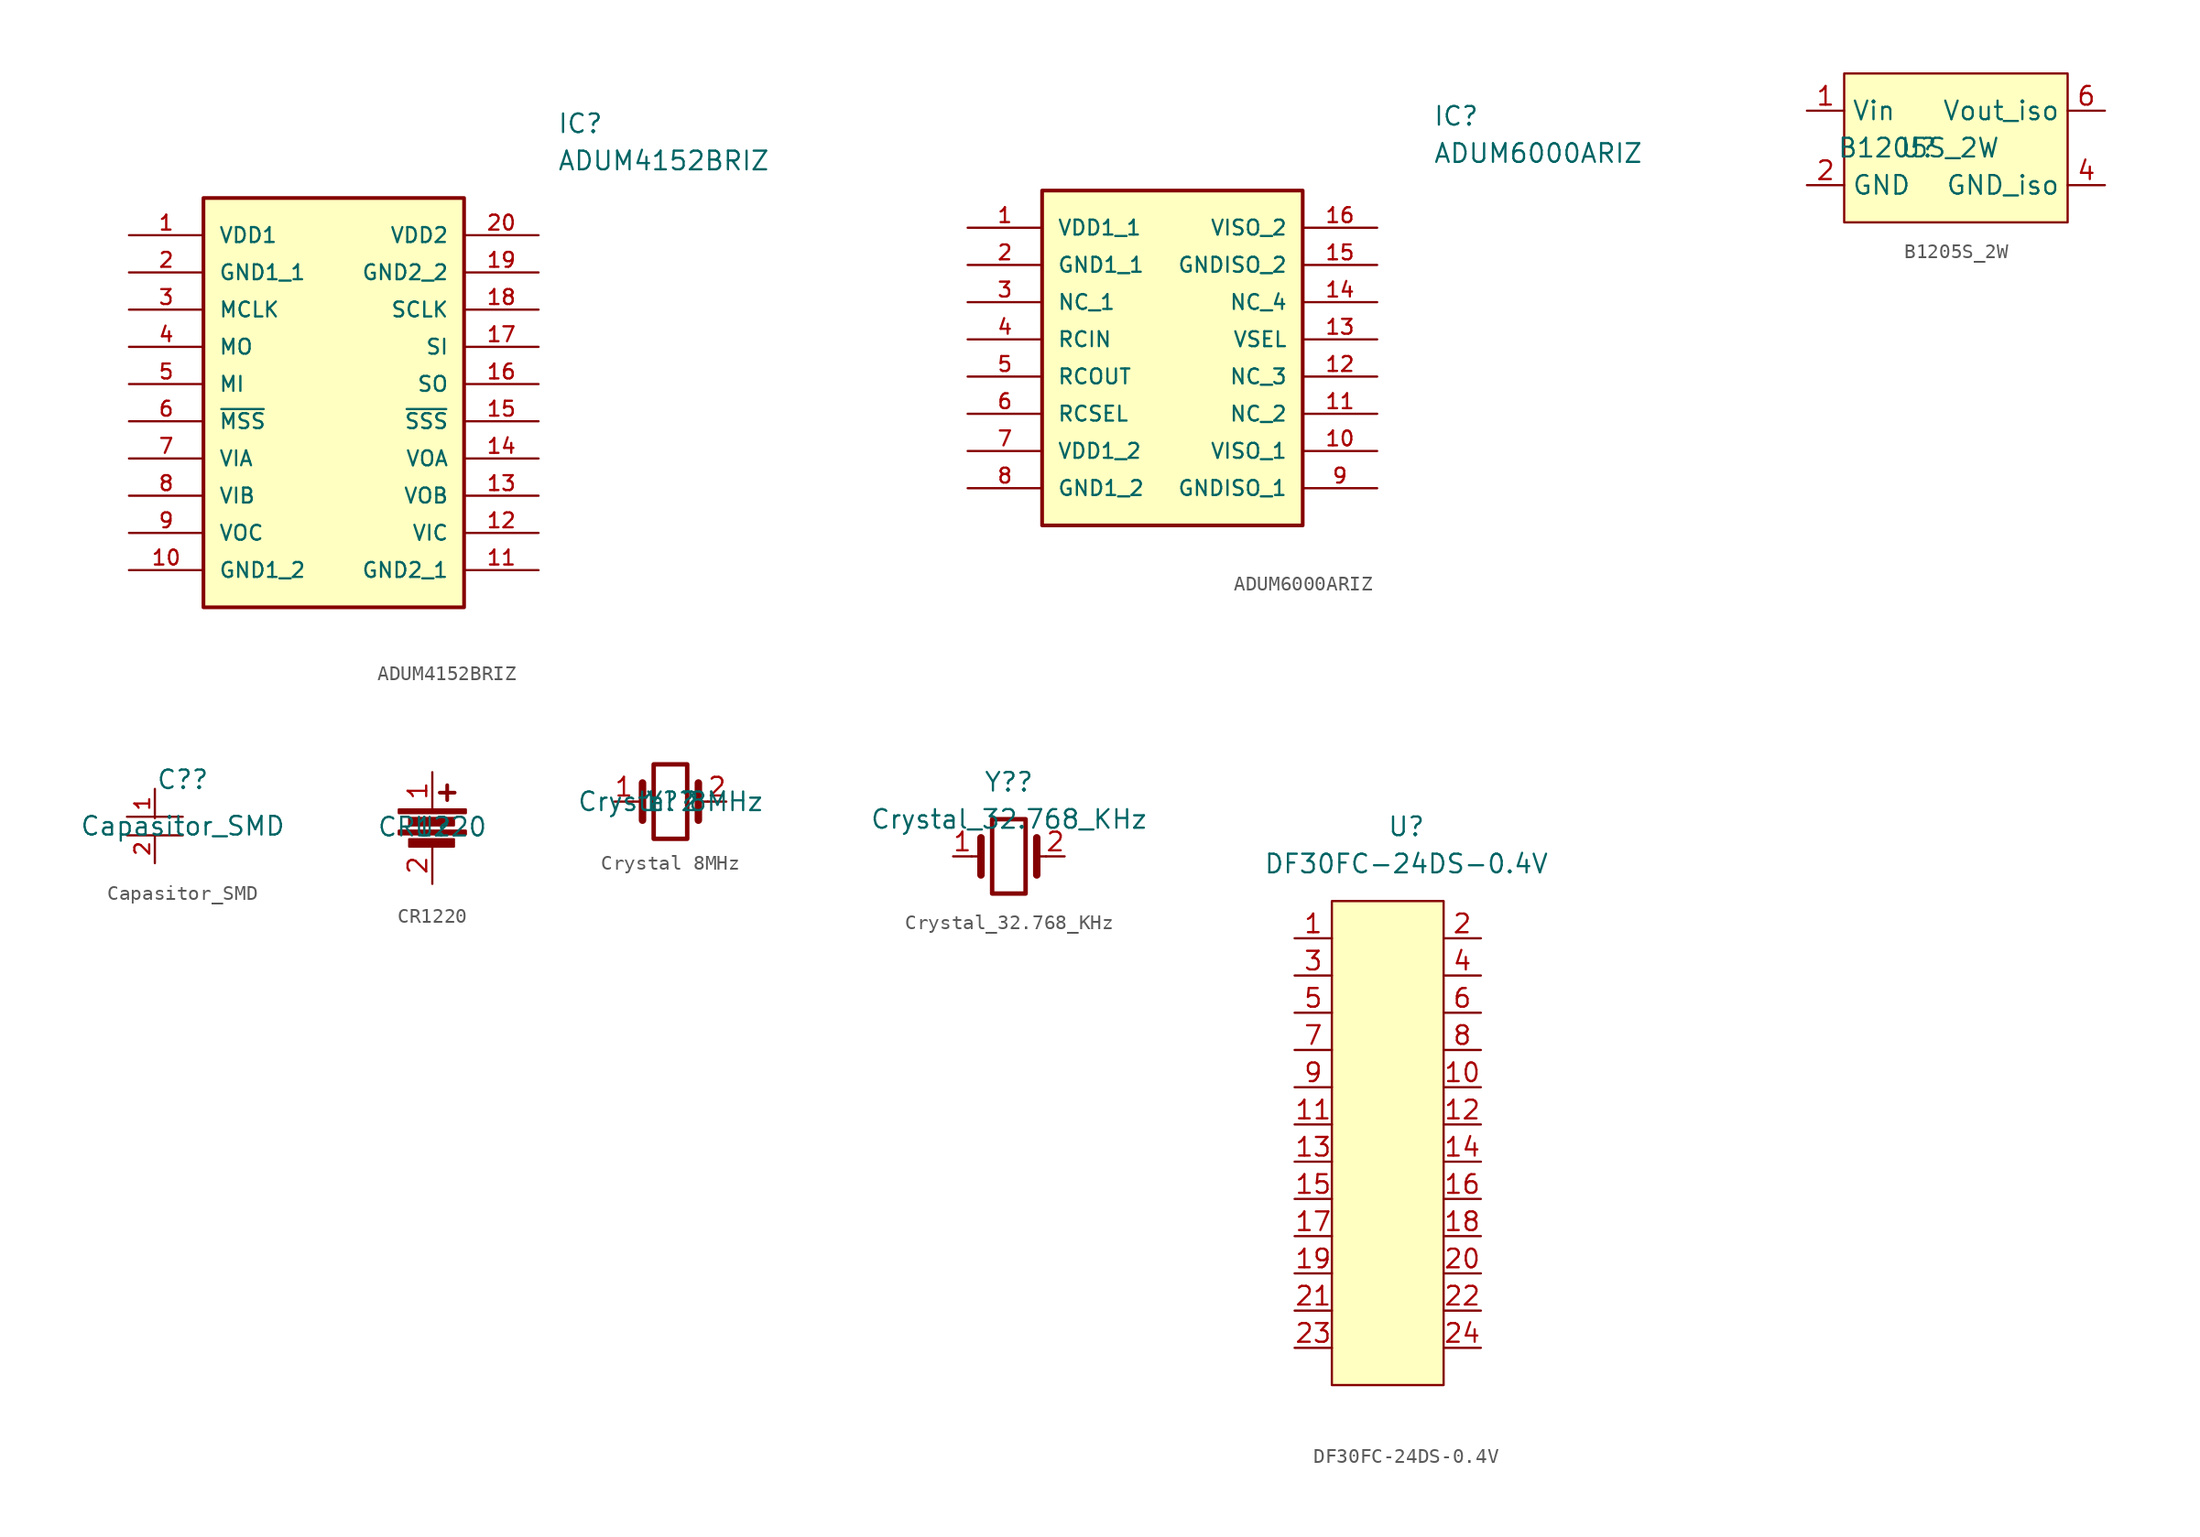
<source format=kicad_sym>
(kicad_symbol_lib
  (version 20211014)
  (generator kicad_symbol_editor)
  (symbol "ADUM4152BRIZ"
    (pin_names
      (offset 1.016))
    (property "Reference" "IC"
      (at 29.21 7.62 0)
      (effects (font (size 1.27 1.27)) (justify left)))
    (property "Value" "ADUM4152BRIZ"
      (at 29.21 5.08 0)
      (effects (font (size 1.27 1.27)) (justify left)))
    (symbol "ADUM4152BRIZ_0_0"
      (rectangle (start 5.08 2.54) (end 22.86 -25.4) (stroke (width 0.254) (type default) (color 0 0 0 0)) (fill (type background)))
      (pin bidirectional line (at 0 0 0) (length 5.08) (name "VDD1" (effects (font (size 1.016 1.016)))) (number "1" (effects (font (size 1.016 1.016)))))
      (pin bidirectional line (at 0 -22.86 0) (length 5.08) (name "GND1_2" (effects (font (size 1.016 1.016)))) (number "10" (effects (font (size 1.016 1.016)))))
      (pin bidirectional line (at 27.94 -22.86 180) (length 5.08) (name "GND2_1" (effects (font (size 1.016 1.016)))) (number "11" (effects (font (size 1.016 1.016)))))
      (pin bidirectional line (at 27.94 -20.32 180) (length 5.08) (name "VIC" (effects (font (size 1.016 1.016)))) (number "12" (effects (font (size 1.016 1.016)))))
      (pin bidirectional line (at 27.94 -17.78 180) (length 5.08) (name "VOB" (effects (font (size 1.016 1.016)))) (number "13" (effects (font (size 1.016 1.016)))))
      (pin bidirectional line (at 27.94 -15.24 180) (length 5.08) (name "VOA" (effects (font (size 1.016 1.016)))) (number "14" (effects (font (size 1.016 1.016)))))
      (pin bidirectional line (at 27.94 -12.7 180) (length 5.08) (name "~{SSS}" (effects (font (size 1.016 1.016)))) (number "15" (effects (font (size 1.016 1.016)))))
      (pin bidirectional line (at 27.94 -10.16 180) (length 5.08) (name "SO" (effects (font (size 1.016 1.016)))) (number "16" (effects (font (size 1.016 1.016)))))
      (pin bidirectional line (at 27.94 -7.62 180) (length 5.08) (name "SI" (effects (font (size 1.016 1.016)))) (number "17" (effects (font (size 1.016 1.016)))))
      (pin bidirectional line (at 27.94 -5.08 180) (length 5.08) (name "SCLK" (effects (font (size 1.016 1.016)))) (number "18" (effects (font (size 1.016 1.016)))))
      (pin bidirectional line (at 27.94 -2.54 180) (length 5.08) (name "GND2_2" (effects (font (size 1.016 1.016)))) (number "19" (effects (font (size 1.016 1.016)))))
      (pin bidirectional line (at 0 -2.54 0) (length 5.08) (name "GND1_1" (effects (font (size 1.016 1.016)))) (number "2" (effects (font (size 1.016 1.016)))))
      (pin bidirectional line (at 27.94 0 180) (length 5.08) (name "VDD2" (effects (font (size 1.016 1.016)))) (number "20" (effects (font (size 1.016 1.016)))))
      (pin bidirectional line (at 0 -5.08 0) (length 5.08) (name "MCLK" (effects (font (size 1.016 1.016)))) (number "3" (effects (font (size 1.016 1.016)))))
      (pin bidirectional line (at 0 -7.62 0) (length 5.08) (name "MO" (effects (font (size 1.016 1.016)))) (number "4" (effects (font (size 1.016 1.016)))))
      (pin bidirectional line (at 0 -10.16 0) (length 5.08) (name "MI" (effects (font (size 1.016 1.016)))) (number "5" (effects (font (size 1.016 1.016)))))
      (pin bidirectional line (at 0 -12.7 0) (length 5.08) (name "~{MSS}" (effects (font (size 1.016 1.016)))) (number "6" (effects (font (size 1.016 1.016)))))
      (pin bidirectional line (at 0 -15.24 0) (length 5.08) (name "VIA" (effects (font (size 1.016 1.016)))) (number "7" (effects (font (size 1.016 1.016)))))
      (pin bidirectional line (at 0 -17.78 0) (length 5.08) (name "VIB" (effects (font (size 1.016 1.016)))) (number "8" (effects (font (size 1.016 1.016)))))
      (pin bidirectional line (at 0 -20.32 0) (length 5.08) (name "VOC" (effects (font (size 1.016 1.016)))) (number "9" (effects (font (size 1.016 1.016)))))))
  (symbol "ADUM6000ARIZ"
    (pin_names
      (offset 1.016))
    (property "Reference" "IC"
      (at 31.75 7.62 0)
      (effects (font (size 1.27 1.27)) (justify left)))
    (property "Value" "ADUM6000ARIZ"
      (at 31.75 5.08 0)
      (effects (font (size 1.27 1.27)) (justify left)))
    (symbol "ADUM6000ARIZ_0_0"
      (rectangle (start 5.08 2.54) (end 22.86 -20.32) (stroke (width 0.254) (type default) (color 0 0 0 0)) (fill (type background)))
      (pin bidirectional line (at 0 0 0) (length 5.08) (name "VDD1_1" (effects (font (size 1.016 1.016)))) (number "1" (effects (font (size 1.016 1.016)))))
      (pin bidirectional line (at 27.94 -15.24 180) (length 5.08) (name "VISO_1" (effects (font (size 1.016 1.016)))) (number "10" (effects (font (size 1.016 1.016)))))
      (pin bidirectional line (at 27.94 -12.7 180) (length 5.08) (name "NC_2" (effects (font (size 1.016 1.016)))) (number "11" (effects (font (size 1.016 1.016)))))
      (pin bidirectional line (at 27.94 -10.16 180) (length 5.08) (name "NC_3" (effects (font (size 1.016 1.016)))) (number "12" (effects (font (size 1.016 1.016)))))
      (pin bidirectional line (at 27.94 -7.62 180) (length 5.08) (name "VSEL" (effects (font (size 1.016 1.016)))) (number "13" (effects (font (size 1.016 1.016)))))
      (pin bidirectional line (at 27.94 -5.08 180) (length 5.08) (name "NC_4" (effects (font (size 1.016 1.016)))) (number "14" (effects (font (size 1.016 1.016)))))
      (pin bidirectional line (at 27.94 -2.54 180) (length 5.08) (name "GNDISO_2" (effects (font (size 1.016 1.016)))) (number "15" (effects (font (size 1.016 1.016)))))
      (pin bidirectional line (at 27.94 0 180) (length 5.08) (name "VISO_2" (effects (font (size 1.016 1.016)))) (number "16" (effects (font (size 1.016 1.016)))))
      (pin bidirectional line (at 0 -2.54 0) (length 5.08) (name "GND1_1" (effects (font (size 1.016 1.016)))) (number "2" (effects (font (size 1.016 1.016)))))
      (pin bidirectional line (at 0 -5.08 0) (length 5.08) (name "NC_1" (effects (font (size 1.016 1.016)))) (number "3" (effects (font (size 1.016 1.016)))))
      (pin bidirectional line (at 0 -7.62 0) (length 5.08) (name "RCIN" (effects (font (size 1.016 1.016)))) (number "4" (effects (font (size 1.016 1.016)))))
      (pin bidirectional line (at 0 -10.16 0) (length 5.08) (name "RCOUT" (effects (font (size 1.016 1.016)))) (number "5" (effects (font (size 1.016 1.016)))))
      (pin bidirectional line (at 0 -12.7 0) (length 5.08) (name "RCSEL" (effects (font (size 1.016 1.016)))) (number "6" (effects (font (size 1.016 1.016)))))
      (pin bidirectional line (at 0 -15.24 0) (length 5.08) (name "VDD1_2" (effects (font (size 1.016 1.016)))) (number "7" (effects (font (size 1.016 1.016)))))
      (pin bidirectional line (at 0 -17.78 0) (length 5.08) (name "GND1_2" (effects (font (size 1.016 1.016)))) (number "8" (effects (font (size 1.016 1.016)))))
      (pin bidirectional line (at 27.94 -17.78 180) (length 5.08) (name "GNDISO_1" (effects (font (size 1.016 1.016)))) (number "9" (effects (font (size 1.016 1.016)))))))
  (symbol "B1205S_2W"
    (property "Reference" "U"
      (at 0 0 0)
      (effects (font (size 1.27 1.27))))
    (property "Value" "B1205S_2W"
      (at 0 0 0)
      (effects (font (size 1.27 1.27))))
    (symbol "B1205S_2W_0_1"
      (rectangle (start -5.08 5.08) (end 10.16 -5.08) (stroke (width 0) (type default) (color 0 0 0 0)) (fill (type background))))
    (symbol "B1205S_2W_1_1"
      (pin input line (at -7.62 2.54 0) (length 2.54) (name "Vin" (effects (font (size 1.27 1.27)))) (number "1" (effects (font (size 1.27 1.27)))))
      (pin input line (at -7.62 -2.54 0) (length 2.54) (name "GND" (effects (font (size 1.27 1.27)))) (number "2" (effects (font (size 1.27 1.27)))))
      (pin input line (at 12.7 -2.54 180) (length 2.54) (name "GND_iso" (effects (font (size 1.27 1.27)))) (number "4" (effects (font (size 1.27 1.27)))))
      (pin input line (at 12.7 2.54 180) (length 2.54) (name "Vout_iso" (effects (font (size 1.27 1.27)))) (number "6" (effects (font (size 1.27 1.27)))))))
  (symbol "Capasitor_SMD"
    (property "Reference" "C?"
      (at 1.905 3.81 0)
      (effects (font (size 1.27 1.27))))
    (property "Value" "Capasitor_SMD"
      (at 1.905 0.635 0)
      (effects (font (size 1.27 1.27))))
    (symbol "Capasitor_SMD_0_1"
      (polyline (pts (xy -1.905 0) (xy 1.905 0)) (stroke (width 0) (type default) (color 0 0 0 0)) (fill (type none)))
      (polyline (pts (xy -1.905 1.27) (xy 1.905 1.27)) (stroke (width 0) (type default) (color 0 0 0 0)) (fill (type none))))
    (symbol "Capasitor_SMD_1_1"
      (pin passive line (at 0 3.175 270) (length 2) (name "~" (effects (font (size 1.016 1.016)))) (number "1" (effects (font (size 1.016 1.016)))))
      (pin passive line (at 0 -1.905 90) (length 2) (name "~" (effects (font (size 1.016 1.016)))) (number "2" (effects (font (size 1.016 1.016)))))))
  (symbol "CR1220"
    (property "Reference" "U"
      (at 0 0 0)
      (effects (font (size 1.27 1.27))))
    (property "Value" "CR1220"
      (at 0 0 0)
      (effects (font (size 1.27 1.27))))
    (symbol "CR1220_1_1"
      (rectangle (start -2.286 -0.254) (end 2.286 -0.508) (stroke (width 0) (type default) (color 0 0 0 0)) (fill (type outline)))
      (rectangle (start -2.286 1.194) (end 2.286 0.94) (stroke (width 0) (type default) (color 0 0 0 0)) (fill (type outline)))
      (rectangle (start -1.575 -0.838) (end 1.473 -1.346) (stroke (width 0) (type default) (color 0 0 0 0)) (fill (type outline)))
      (rectangle (start -1.575 0.61) (end 1.473 0.102) (stroke (width 0) (type default) (color 0 0 0 0)) (fill (type outline)))
      (polyline (pts (xy 0.508 2.337) (xy 1.524 2.337)) (stroke (width 0.254) (type default) (color 0 0 0 0)) (fill (type none)))
      (polyline (pts (xy 1.016 2.845) (xy 1.016 1.829)) (stroke (width 0.254) (type default) (color 0 0 0 0)) (fill (type none)))
      (pin passive line (at 0 3.734 270) (length 2.54) (name "~" (effects (font (size 1.27 1.27)))) (number "1" (effects (font (size 1.27 1.27)))))
      (pin passive line (at 0 -3.886 90) (length 2.54) (name "~" (effects (font (size 1.27 1.27)))) (number "2" (effects (font (size 1.27 1.27)))))))
  (symbol "Crystal 8MHz"
    (property "Reference" "Y?"
      (at 0 0 0)
      (effects (font (size 1.27 1.27))))
    (property "Value" "Crystal 8MHz"
      (at 0 0 0)
      (effects (font (size 1.27 1.27))))
    (symbol "Crystal 8MHz_0_1"
      (rectangle (start -1.143 2.54) (end 1.143 -2.54) (stroke (width 0.305) (type default) (color 0 0 0 0)) (fill (type none)))
      (polyline (pts (xy -2.54 0) (xy -1.905 0)) (stroke (width 0) (type default) (color 0 0 0 0)) (fill (type none)))
      (polyline (pts (xy -1.905 -1.27) (xy -1.905 1.27)) (stroke (width 0.508) (type default) (color 0 0 0 0)) (fill (type none)))
      (polyline (pts (xy 1.905 -1.27) (xy 1.905 1.27)) (stroke (width 0.508) (type default) (color 0 0 0 0)) (fill (type none)))
      (polyline (pts (xy 2.54 0) (xy 1.905 0)) (stroke (width 0) (type default) (color 0 0 0 0)) (fill (type none))))
    (symbol "Crystal 8MHz_1_1"
      (pin passive line (at -3.81 0 0) (length 1.27) (name "1" (effects (font (size 1.27 1.27)))) (number "1" (effects (font (size 1.27 1.27)))))
      (pin passive line (at 3.81 0 180) (length 1.27) (name "2" (effects (font (size 1.27 1.27)))) (number "2" (effects (font (size 1.27 1.27)))))))
  (symbol "Crystal_32.768_KHz"
    (property "Reference" "Y?"
      (at 0 5.08 0)
      (effects (font (size 1.27 1.27))))
    (property "Value" "Crystal_32.768_KHz"
      (at 0 2.54 0)
      (effects (font (size 1.27 1.27))))
    (symbol "Crystal_32.768_KHz_0_1"
      (rectangle (start -1.143 2.54) (end 1.143 -2.54) (stroke (width 0.305) (type default) (color 0 0 0 0)) (fill (type none)))
      (polyline (pts (xy -2.54 0) (xy -1.905 0)) (stroke (width 0) (type default) (color 0 0 0 0)) (fill (type none)))
      (polyline (pts (xy -1.905 -1.27) (xy -1.905 1.27)) (stroke (width 0.508) (type default) (color 0 0 0 0)) (fill (type none)))
      (polyline (pts (xy 1.905 -1.27) (xy 1.905 1.27)) (stroke (width 0.508) (type default) (color 0 0 0 0)) (fill (type none)))
      (polyline (pts (xy 2.54 0) (xy 1.905 0)) (stroke (width 0) (type default) (color 0 0 0 0)) (fill (type none))))
    (symbol "Crystal_32.768_KHz_1_1"
      (pin passive line (at -3.81 0 0) (length 1.27) (name "" (effects (font (size 1.27 1.27)))) (number "1" (effects (font (size 1.27 1.27)))))
      (pin passive line (at 3.81 0 180) (length 1.27) (name "" (effects (font (size 1.27 1.27)))) (number "2" (effects (font (size 1.27 1.27)))))))
  (symbol "DF30FC-24DS-0.4V"
    (property "Reference" "U"
      (at 5.08 20.32 0)
      (effects (font (size 1.27 1.27))))
    (property "Value" "DF30FC-24DS-0.4V"
      (at 5.08 17.78 0)
      (effects (font (size 1.27 1.27))))
    (symbol "DF30FC-24DS-0.4V_0_1"
      (rectangle (start 0 15.24) (end 7.62 -17.78) (stroke (width 0) (type default) (color 0 0 0 0)) (fill (type background))))
    (symbol "DF30FC-24DS-0.4V_1_1"
      (pin passive line (at -2.54 12.7 0) (length 2.54) (name "" (effects (font (size 1.27 1.27)))) (number "1" (effects (font (size 1.27 1.27)))))
      (pin passive line (at 10.16 2.54 180) (length 2.54) (name "" (effects (font (size 1.27 1.27)))) (number "10" (effects (font (size 1.27 1.27)))))
      (pin passive line (at -2.54 0 0) (length 2.54) (name "" (effects (font (size 1.27 1.27)))) (number "11" (effects (font (size 1.27 1.27)))))
      (pin passive line (at 10.16 0 180) (length 2.54) (name "" (effects (font (size 1.27 1.27)))) (number "12" (effects (font (size 1.27 1.27)))))
      (pin passive line (at -2.54 -2.54 0) (length 2.54) (name "" (effects (font (size 1.27 1.27)))) (number "13" (effects (font (size 1.27 1.27)))))
      (pin passive line (at 10.16 -2.54 180) (length 2.54) (name "" (effects (font (size 1.27 1.27)))) (number "14" (effects (font (size 1.27 1.27)))))
      (pin passive line (at -2.54 -5.08 0) (length 2.54) (name "" (effects (font (size 1.27 1.27)))) (number "15" (effects (font (size 1.27 1.27)))))
      (pin passive line (at 10.16 -5.08 180) (length 2.54) (name "" (effects (font (size 1.27 1.27)))) (number "16" (effects (font (size 1.27 1.27)))))
      (pin passive line (at -2.54 -7.62 0) (length 2.54) (name "" (effects (font (size 1.27 1.27)))) (number "17" (effects (font (size 1.27 1.27)))))
      (pin passive line (at 10.16 -7.62 180) (length 2.54) (name "" (effects (font (size 1.27 1.27)))) (number "18" (effects (font (size 1.27 1.27)))))
      (pin passive line (at -2.54 -10.16 0) (length 2.54) (name "" (effects (font (size 1.27 1.27)))) (number "19" (effects (font (size 1.27 1.27)))))
      (pin passive line (at 10.16 12.7 180) (length 2.54) (name "" (effects (font (size 1.27 1.27)))) (number "2" (effects (font (size 1.27 1.27)))))
      (pin passive line (at 10.16 -10.16 180) (length 2.54) (name "" (effects (font (size 1.27 1.27)))) (number "20" (effects (font (size 1.27 1.27)))))
      (pin passive line (at -2.54 -12.7 0) (length 2.54) (name "" (effects (font (size 1.27 1.27)))) (number "21" (effects (font (size 1.27 1.27)))))
      (pin passive line (at 10.16 -12.7 180) (length 2.54) (name "" (effects (font (size 1.27 1.27)))) (number "22" (effects (font (size 1.27 1.27)))))
      (pin passive line (at -2.54 -15.24 0) (length 2.54) (name "" (effects (font (size 1.27 1.27)))) (number "23" (effects (font (size 1.27 1.27)))))
      (pin passive line (at 10.16 -15.24 180) (length 2.54) (name "" (effects (font (size 1.27 1.27)))) (number "24" (effects (font (size 1.27 1.27)))))
      (pin passive line (at -2.54 10.16 0) (length 2.54) (name "" (effects (font (size 1.27 1.27)))) (number "3" (effects (font (size 1.27 1.27)))))
      (pin passive line (at 10.16 10.16 180) (length 2.54) (name "" (effects (font (size 1.27 1.27)))) (number "4" (effects (font (size 1.27 1.27)))))
      (pin passive line (at -2.54 7.62 0) (length 2.54) (name "" (effects (font (size 1.27 1.27)))) (number "5" (effects (font (size 1.27 1.27)))))
      (pin passive line (at 10.16 7.62 180) (length 2.54) (name "" (effects (font (size 1.27 1.27)))) (number "6" (effects (font (size 1.27 1.27)))))
      (pin passive line (at -2.54 5.08 0) (length 2.54) (name "" (effects (font (size 1.27 1.27)))) (number "7" (effects (font (size 1.27 1.27)))))
      (pin passive line (at 10.16 5.08 180) (length 2.54) (name "" (effects (font (size 1.27 1.27)))) (number "8" (effects (font (size 1.27 1.27)))))
      (pin passive line (at -2.54 2.54 0) (length 2.54) (name "" (effects (font (size 1.27 1.27)))) (number "9" (effects (font (size 1.27 1.27))))))))
</source>
